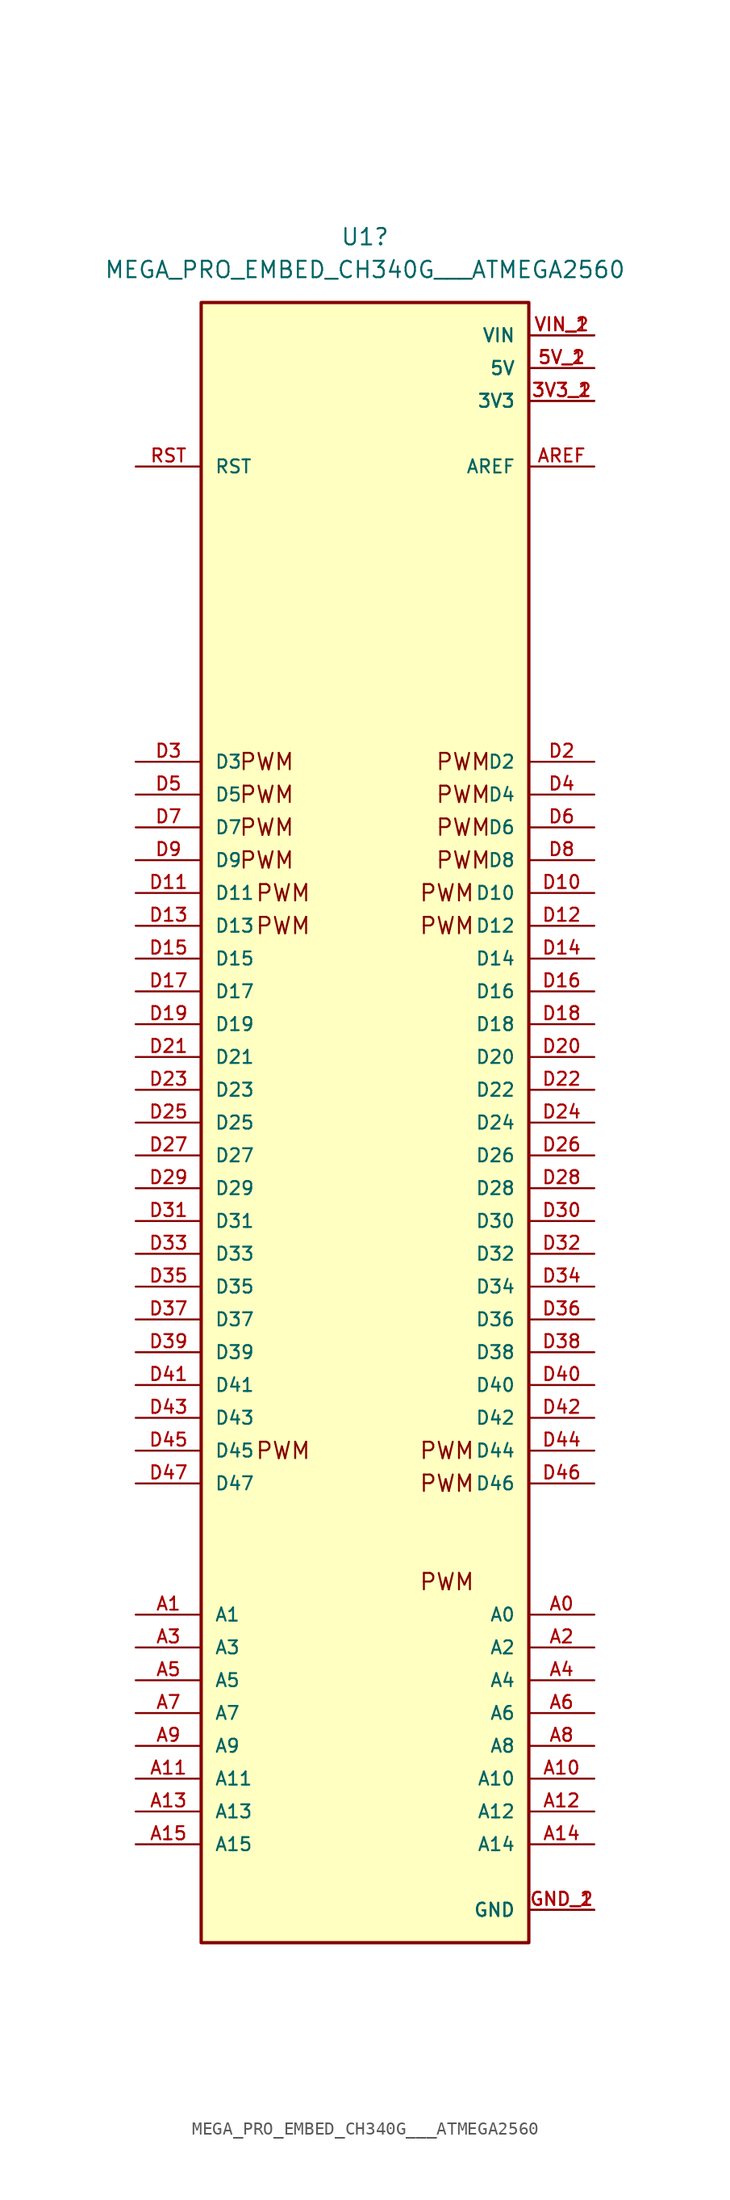
<source format=kicad_sym>
(kicad_symbol_lib
  (version 20241209)
  (generator "kicad_symbol_editor")
  (generator_version "9.0")
  (symbol "MEGA_PRO_EMBED_CH340G___ATMEGA2560"
    (pin_names
      (offset 1.016))
    (property "Reference" "U1"
      (at 0 68.58 0)
      (effects (font (size 1.27 1.27))))
    (property "Value" "MEGA_PRO_EMBED_CH340G___ATMEGA2560"
      (at 0 66.04 0)
      (effects (font (size 1.27 1.27))))
    (symbol "MEGA_PRO_EMBED_CH340G___ATMEGA2560_0_0"
      (rectangle (start -12.7 -63.5) (end 12.7 63.5) (stroke (width 0.254) (type default)) (fill (type background)))
      (pin input line (at -17.78 50.8 0) (length 5.08) (name "RST" (effects (font (size 1.016 1.016)))) (number "RST" (effects (font (size 1.016 1.016)))))
      (pin bidirectional line (at -17.78 27.94 0) (length 5.08) (name "D3" (effects (font (size 1.016 1.016)))) (number "D3" (effects (font (size 1.016 1.016)))))
      (pin bidirectional line (at -17.78 25.4 0) (length 5.08) (name "D5" (effects (font (size 1.016 1.016)))) (number "D5" (effects (font (size 1.016 1.016)))))
      (pin bidirectional line (at -17.78 22.86 0) (length 5.08) (name "D7" (effects (font (size 1.016 1.016)))) (number "D7" (effects (font (size 1.016 1.016)))))
      (pin bidirectional line (at -17.78 20.32 0) (length 5.08) (name "D9" (effects (font (size 1.016 1.016)))) (number "D9" (effects (font (size 1.016 1.016)))))
      (pin bidirectional line (at -17.78 17.78 0) (length 5.08) (name "D11" (effects (font (size 1.016 1.016)))) (number "D11" (effects (font (size 1.016 1.016)))))
      (pin bidirectional line (at -17.78 15.24 0) (length 5.08) (name "D13" (effects (font (size 1.016 1.016)))) (number "D13" (effects (font (size 1.016 1.016)))))
      (pin bidirectional line (at -17.78 12.7 0) (length 5.08) (name "D15" (effects (font (size 1.016 1.016)))) (number "D15" (effects (font (size 1.016 1.016)))))
      (pin bidirectional line (at -17.78 10.16 0) (length 5.08) (name "D17" (effects (font (size 1.016 1.016)))) (number "D17" (effects (font (size 1.016 1.016)))))
      (pin bidirectional line (at -17.78 7.62 0) (length 5.08) (name "D19" (effects (font (size 1.016 1.016)))) (number "D19" (effects (font (size 1.016 1.016)))))
      (pin bidirectional line (at -17.78 5.08 0) (length 5.08) (name "D21" (effects (font (size 1.016 1.016)))) (number "D21" (effects (font (size 1.016 1.016)))))
      (pin bidirectional line (at -17.78 2.54 0) (length 5.08) (name "D23" (effects (font (size 1.016 1.016)))) (number "D23" (effects (font (size 1.016 1.016)))))
      (pin bidirectional line (at -17.78 0 0) (length 5.08) (name "D25" (effects (font (size 1.016 1.016)))) (number "D25" (effects (font (size 1.016 1.016)))))
      (pin bidirectional line (at -17.78 -2.54 0) (length 5.08) (name "D27" (effects (font (size 1.016 1.016)))) (number "D27" (effects (font (size 1.016 1.016)))))
      (pin bidirectional line (at -17.78 -5.08 0) (length 5.08) (name "D29" (effects (font (size 1.016 1.016)))) (number "D29" (effects (font (size 1.016 1.016)))))
      (pin bidirectional line (at -17.78 -7.62 0) (length 5.08) (name "D31" (effects (font (size 1.016 1.016)))) (number "D31" (effects (font (size 1.016 1.016)))))
      (pin bidirectional line (at -17.78 -10.16 0) (length 5.08) (name "D33" (effects (font (size 1.016 1.016)))) (number "D33" (effects (font (size 1.016 1.016)))))
      (pin bidirectional line (at -17.78 -12.7 0) (length 5.08) (name "D35" (effects (font (size 1.016 1.016)))) (number "D35" (effects (font (size 1.016 1.016)))))
      (pin bidirectional line (at -17.78 -15.24 0) (length 5.08) (name "D37" (effects (font (size 1.016 1.016)))) (number "D37" (effects (font (size 1.016 1.016)))))
      (pin bidirectional line (at -17.78 -17.78 0) (length 5.08) (name "D39" (effects (font (size 1.016 1.016)))) (number "D39" (effects (font (size 1.016 1.016)))))
      (pin bidirectional line (at -17.78 -20.32 0) (length 5.08) (name "D41" (effects (font (size 1.016 1.016)))) (number "D41" (effects (font (size 1.016 1.016)))))
      (pin bidirectional line (at -17.78 -22.86 0) (length 5.08) (name "D43" (effects (font (size 1.016 1.016)))) (number "D43" (effects (font (size 1.016 1.016)))))
      (pin bidirectional line (at -17.78 -25.4 0) (length 5.08) (name "D45" (effects (font (size 1.016 1.016)))) (number "D45" (effects (font (size 1.016 1.016)))))
      (pin bidirectional line (at -17.78 -27.94 0) (length 5.08) (name "D47" (effects (font (size 1.016 1.016)))) (number "D47" (effects (font (size 1.016 1.016)))))
      (pin bidirectional line (at -17.78 -38.1 0) (length 5.08) (name "A1" (effects (font (size 1.016 1.016)))) (number "A1" (effects (font (size 1.016 1.016)))))
      (pin bidirectional line (at -17.78 -40.64 0) (length 5.08) (name "A3" (effects (font (size 1.016 1.016)))) (number "A3" (effects (font (size 1.016 1.016)))))
      (pin bidirectional line (at -17.78 -43.18 0) (length 5.08) (name "A5" (effects (font (size 1.016 1.016)))) (number "A5" (effects (font (size 1.016 1.016)))))
      (pin bidirectional line (at -17.78 -45.72 0) (length 5.08) (name "A7" (effects (font (size 1.016 1.016)))) (number "A7" (effects (font (size 1.016 1.016)))))
      (pin bidirectional line (at -17.78 -48.26 0) (length 5.08) (name "A9" (effects (font (size 1.016 1.016)))) (number "A9" (effects (font (size 1.016 1.016)))))
      (pin bidirectional line (at -17.78 -50.8 0) (length 5.08) (name "A11" (effects (font (size 1.016 1.016)))) (number "A11" (effects (font (size 1.016 1.016)))))
      (pin bidirectional line (at -17.78 -53.34 0) (length 5.08) (name "A13" (effects (font (size 1.016 1.016)))) (number "A13" (effects (font (size 1.016 1.016)))))
      (pin bidirectional line (at -17.78 -55.88 0) (length 5.08) (name "A15" (effects (font (size 1.016 1.016)))) (number "A15" (effects (font (size 1.016 1.016)))))
      (pin power_in line (at 17.78 60.96 180) (length 5.08) (name "VIN" (effects (font (size 1.016 1.016)))) (number "VIN_1" (effects (font (size 1.016 1.016)))))
      (pin power_in line (at 17.78 60.96 180) (length 5.08) (name "VIN" (effects (font (size 1.016 1.016)))) (number "VIN_2" (effects (font (size 1.016 1.016)))))
      (pin power_in line (at 17.78 58.42 180) (length 5.08) (name "5V" (effects (font (size 1.016 1.016)))) (number "5V_1" (effects (font (size 1.016 1.016)))))
      (pin power_in line (at 17.78 58.42 180) (length 5.08) (name "5V" (effects (font (size 1.016 1.016)))) (number "5V_2" (effects (font (size 1.016 1.016)))))
      (pin power_in line (at 17.78 55.88 180) (length 5.08) (name "3V3" (effects (font (size 1.016 1.016)))) (number "3V3_1" (effects (font (size 1.016 1.016)))))
      (pin power_in line (at 17.78 55.88 180) (length 5.08) (name "3V3" (effects (font (size 1.016 1.016)))) (number "3V3_2" (effects (font (size 1.016 1.016)))))
      (pin bidirectional line (at 17.78 50.8 180) (length 5.08) (name "AREF" (effects (font (size 1.016 1.016)))) (number "AREF" (effects (font (size 1.016 1.016)))))
      (pin bidirectional line (at 17.78 27.94 180) (length 5.08) (name "D2" (effects (font (size 1.016 1.016)))) (number "D2" (effects (font (size 1.016 1.016)))))
      (pin bidirectional line (at 17.78 25.4 180) (length 5.08) (name "D4" (effects (font (size 1.016 1.016)))) (number "D4" (effects (font (size 1.016 1.016)))))
      (pin bidirectional line (at 17.78 22.86 180) (length 5.08) (name "D6" (effects (font (size 1.016 1.016)))) (number "D6" (effects (font (size 1.016 1.016)))))
      (pin bidirectional line (at 17.78 20.32 180) (length 5.08) (name "D8" (effects (font (size 1.016 1.016)))) (number "D8" (effects (font (size 1.016 1.016)))))
      (pin bidirectional line (at 17.78 17.78 180) (length 5.08) (name "D10" (effects (font (size 1.016 1.016)))) (number "D10" (effects (font (size 1.016 1.016)))))
      (pin bidirectional line (at 17.78 15.24 180) (length 5.08) (name "D12" (effects (font (size 1.016 1.016)))) (number "D12" (effects (font (size 1.016 1.016)))))
      (pin bidirectional line (at 17.78 12.7 180) (length 5.08) (name "D14" (effects (font (size 1.016 1.016)))) (number "D14" (effects (font (size 1.016 1.016)))))
      (pin bidirectional line (at 17.78 10.16 180) (length 5.08) (name "D16" (effects (font (size 1.016 1.016)))) (number "D16" (effects (font (size 1.016 1.016)))))
      (pin bidirectional line (at 17.78 7.62 180) (length 5.08) (name "D18" (effects (font (size 1.016 1.016)))) (number "D18" (effects (font (size 1.016 1.016)))))
      (pin bidirectional line (at 17.78 5.08 180) (length 5.08) (name "D20" (effects (font (size 1.016 1.016)))) (number "D20" (effects (font (size 1.016 1.016)))))
      (pin bidirectional line (at 17.78 2.54 180) (length 5.08) (name "D22" (effects (font (size 1.016 1.016)))) (number "D22" (effects (font (size 1.016 1.016)))))
      (pin bidirectional line (at 17.78 0 180) (length 5.08) (name "D24" (effects (font (size 1.016 1.016)))) (number "D24" (effects (font (size 1.016 1.016)))))
      (pin bidirectional line (at 17.78 -2.54 180) (length 5.08) (name "D26" (effects (font (size 1.016 1.016)))) (number "D26" (effects (font (size 1.016 1.016)))))
      (pin bidirectional line (at 17.78 -5.08 180) (length 5.08) (name "D28" (effects (font (size 1.016 1.016)))) (number "D28" (effects (font (size 1.016 1.016)))))
      (pin bidirectional line (at 17.78 -7.62 180) (length 5.08) (name "D30" (effects (font (size 1.016 1.016)))) (number "D30" (effects (font (size 1.016 1.016)))))
      (pin bidirectional line (at 17.78 -10.16 180) (length 5.08) (name "D32" (effects (font (size 1.016 1.016)))) (number "D32" (effects (font (size 1.016 1.016)))))
      (pin bidirectional line (at 17.78 -12.7 180) (length 5.08) (name "D34" (effects (font (size 1.016 1.016)))) (number "D34" (effects (font (size 1.016 1.016)))))
      (pin bidirectional line (at 17.78 -15.24 180) (length 5.08) (name "D36" (effects (font (size 1.016 1.016)))) (number "D36" (effects (font (size 1.016 1.016)))))
      (pin bidirectional line (at 17.78 -17.78 180) (length 5.08) (name "D38" (effects (font (size 1.016 1.016)))) (number "D38" (effects (font (size 1.016 1.016)))))
      (pin bidirectional line (at 17.78 -20.32 180) (length 5.08) (name "D40" (effects (font (size 1.016 1.016)))) (number "D40" (effects (font (size 1.016 1.016)))))
      (pin bidirectional line (at 17.78 -22.86 180) (length 5.08) (name "D42" (effects (font (size 1.016 1.016)))) (number "D42" (effects (font (size 1.016 1.016)))))
      (pin bidirectional line (at 17.78 -25.4 180) (length 5.08) (name "D44" (effects (font (size 1.016 1.016)))) (number "D44" (effects (font (size 1.016 1.016)))))
      (pin bidirectional line (at 17.78 -27.94 180) (length 5.08) (name "D46" (effects (font (size 1.016 1.016)))) (number "D46" (effects (font (size 1.016 1.016)))))
      (pin bidirectional line (at 17.78 -38.1 180) (length 5.08) (name "A0" (effects (font (size 1.016 1.016)))) (number "A0" (effects (font (size 1.016 1.016)))))
      (pin bidirectional line (at 17.78 -40.64 180) (length 5.08) (name "A2" (effects (font (size 1.016 1.016)))) (number "A2" (effects (font (size 1.016 1.016)))))
      (pin bidirectional line (at 17.78 -43.18 180) (length 5.08) (name "A4" (effects (font (size 1.016 1.016)))) (number "A4" (effects (font (size 1.016 1.016)))))
      (pin bidirectional line (at 17.78 -45.72 180) (length 5.08) (name "A6" (effects (font (size 1.016 1.016)))) (number "A6" (effects (font (size 1.016 1.016)))))
      (pin bidirectional line (at 17.78 -48.26 180) (length 5.08) (name "A8" (effects (font (size 1.016 1.016)))) (number "A8" (effects (font (size 1.016 1.016)))))
      (pin bidirectional line (at 17.78 -50.8 180) (length 5.08) (name "A10" (effects (font (size 1.016 1.016)))) (number "A10" (effects (font (size 1.016 1.016)))))
      (pin bidirectional line (at 17.78 -53.34 180) (length 5.08) (name "A12" (effects (font (size 1.016 1.016)))) (number "A12" (effects (font (size 1.016 1.016)))))
      (pin bidirectional line (at 17.78 -55.88 180) (length 5.08) (name "A14" (effects (font (size 1.016 1.016)))) (number "A14" (effects (font (size 1.016 1.016)))))
      (pin power_in line (at 17.78 -60.96 180) (length 5.08) (name "GND" (effects (font (size 1.016 1.016)))) (number "GND_1" (effects (font (size 1.016 1.016)))))
      (pin power_in line (at 17.78 -60.96 180) (length 5.08) (name "GND" (effects (font (size 1.016 1.016)))) (number "GND_2" (effects (font (size 1.016 1.016))))))
    (symbol "MEGA_PRO_EMBED_CH340G___ATMEGA2560_1_1"
      (text "PWM" (at -7.62 27.94 0) (effects (font (size 1.27 1.27))))
      (text "PWM" (at -7.62 25.4 0) (effects (font (size 1.27 1.27))))
      (text "PWM" (at -7.62 22.86 0) (effects (font (size 1.27 1.27))))
      (text "PWM" (at -7.62 20.32 0) (effects (font (size 1.27 1.27))))
      (text "PWM" (at -6.35 17.78 0) (effects (font (size 1.27 1.27))))
      (text "PWM" (at -6.35 15.24 0) (effects (font (size 1.27 1.27))))
      (text "PWM" (at -6.35 -25.4 0) (effects (font (size 1.27 1.27))))
      (text "PWM" (at 6.35 17.78 0) (effects (font (size 1.27 1.27))))
      (text "PWM" (at 6.35 15.24 0) (effects (font (size 1.27 1.27))))
      (text "PWM" (at 6.35 -25.4 0) (effects (font (size 1.27 1.27))))
      (text "PWM" (at 6.35 -27.94 0) (effects (font (size 1.27 1.27))))
      (text "PWM" (at 6.35 -35.56 0) (effects (font (size 1.27 1.27))))
      (text "PWM" (at 7.62 27.94 0) (effects (font (size 1.27 1.27))))
      (text "PWM" (at 7.62 25.4 0) (effects (font (size 1.27 1.27))))
      (text "PWM" (at 7.62 22.86 0) (effects (font (size 1.27 1.27))))
      (text "PWM" (at 7.62 20.32 0) (effects (font (size 1.27 1.27)))))))
</source>
